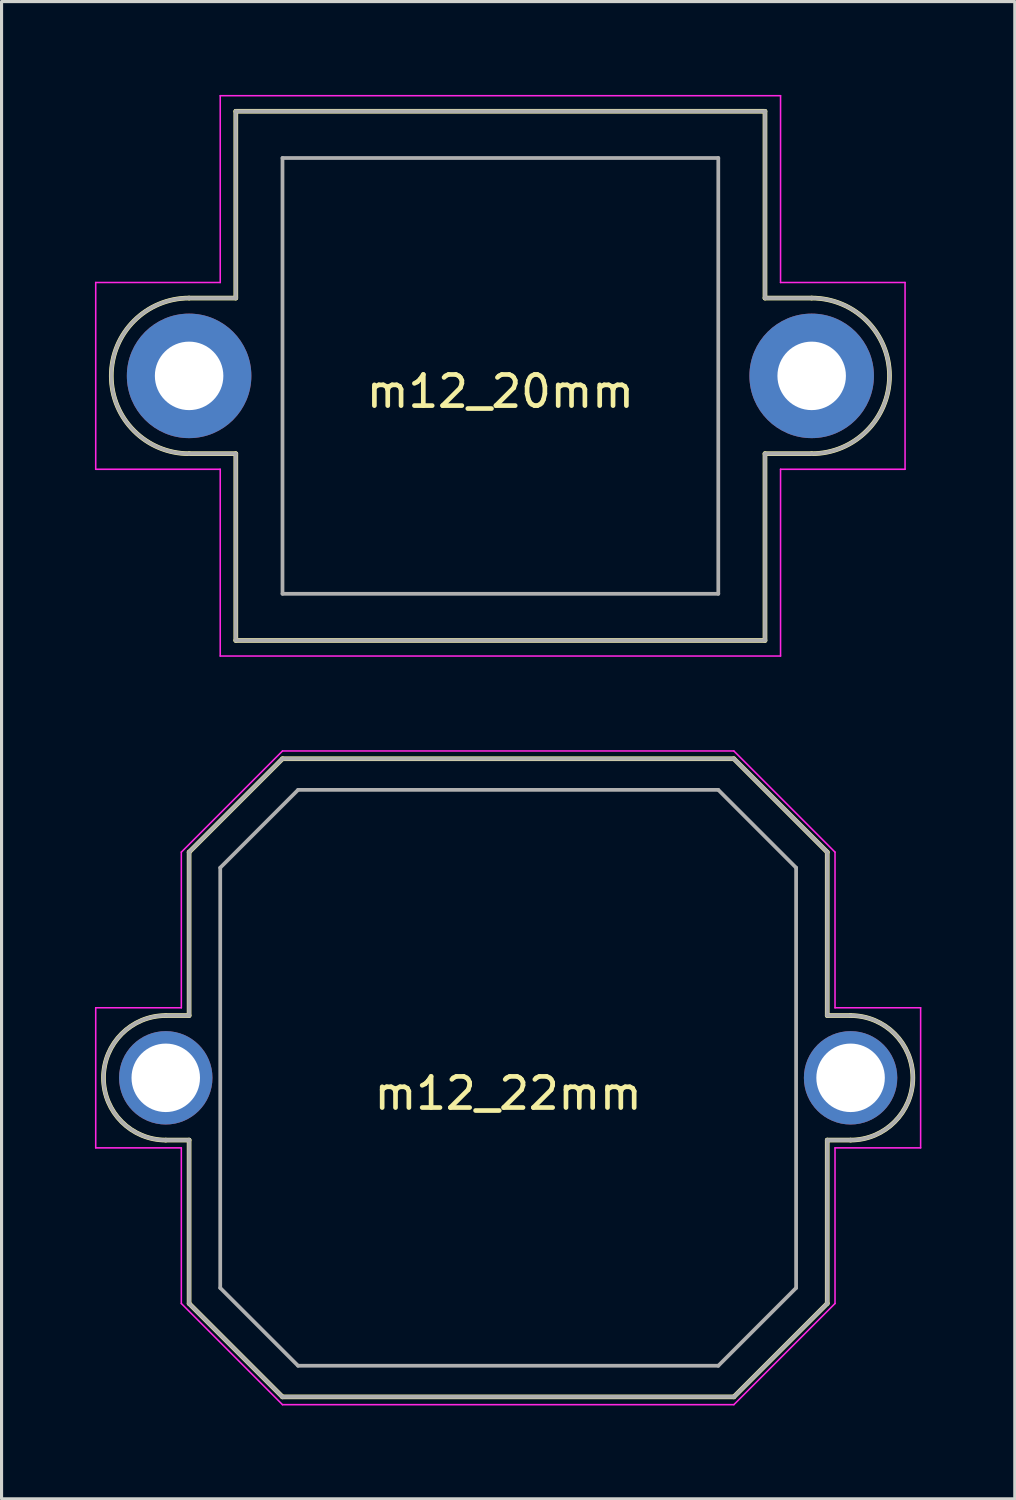
<source format=kicad_pcb>
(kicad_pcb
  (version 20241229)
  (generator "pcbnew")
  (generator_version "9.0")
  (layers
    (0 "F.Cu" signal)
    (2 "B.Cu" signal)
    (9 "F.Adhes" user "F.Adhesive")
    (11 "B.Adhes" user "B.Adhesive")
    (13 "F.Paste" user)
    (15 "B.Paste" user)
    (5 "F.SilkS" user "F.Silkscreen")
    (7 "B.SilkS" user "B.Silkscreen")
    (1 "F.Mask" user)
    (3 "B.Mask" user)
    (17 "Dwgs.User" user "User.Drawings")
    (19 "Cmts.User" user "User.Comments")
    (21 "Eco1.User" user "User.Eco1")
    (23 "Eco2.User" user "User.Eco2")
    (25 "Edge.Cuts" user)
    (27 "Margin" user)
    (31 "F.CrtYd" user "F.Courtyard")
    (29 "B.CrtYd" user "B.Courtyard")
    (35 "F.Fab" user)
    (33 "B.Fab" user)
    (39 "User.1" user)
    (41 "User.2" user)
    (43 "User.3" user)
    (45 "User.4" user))
  (footprint "m12_20mm"
    (layer "F.Cu")
    (at 13.025 9.025)
    (property "Reference" "m12_20mm" (at 0 0.5 0) (layer "F.SilkS") (effects (font (size 1 1) (thickness 0.15))))
    (attr through_hole)
    (fp_line (start -10 -2.5) (end -8.5 -2.5) (stroke (width 0.15) (type solid)) (layer "F.SilkS"))
    (fp_line (start -8.5 -8.5) (end -8.5 -2.5) (stroke (width 0.15) (type solid)) (layer "F.SilkS"))
    (fp_line (start -8.5 -8.5) (end 8.5 -8.5) (stroke (width 0.15) (type solid)) (layer "F.SilkS"))
    (fp_line (start -8.5 2.5) (end -10 2.5) (stroke (width 0.15) (type solid)) (layer "F.SilkS"))
    (fp_line (start -8.5 8.5) (end -8.5 2.5) (stroke (width 0.15) (type solid)) (layer "F.SilkS"))
    (fp_line (start 8.5 -8.5) (end 8.5 -2.5) (stroke (width 0.15) (type solid)) (layer "F.SilkS"))
    (fp_line (start 8.5 -2.5) (end 10 -2.5) (stroke (width 0.15) (type solid)) (layer "F.SilkS"))
    (fp_line (start 8.5 8.5) (end -8.5 8.5) (stroke (width 0.15) (type solid)) (layer "F.SilkS"))
    (fp_line (start 8.5 8.5) (end 8.5 2.5) (stroke (width 0.15) (type solid)) (layer "F.SilkS"))
    (fp_line (start 10 2.5) (end 8.5 2.5) (stroke (width 0.15) (type solid)) (layer "F.SilkS"))
    (fp_arc (start -10 2.5) (mid -12.5 0) (end -10 -2.5) (stroke (width 0.15) (type solid)) (layer "F.SilkS"))
    (fp_arc (start 10 -2.5) (mid 12.5 0) (end 10 2.5) (stroke (width 0.15) (type solid)) (layer "F.SilkS"))
    (fp_line (start -13 -3) (end -9 -3) (stroke (width 0.05) (type solid)) (layer "F.CrtYd"))
    (fp_line (start -13 3) (end -13 -3) (stroke (width 0.05) (type solid)) (layer "F.CrtYd"))
    (fp_line (start -9 -9) (end 9 -9) (stroke (width 0.05) (type solid)) (layer "F.CrtYd"))
    (fp_line (start -9 -3) (end -9 -9) (stroke (width 0.05) (type solid)) (layer "F.CrtYd"))
    (fp_line (start -9 3) (end -13 3) (stroke (width 0.05) (type solid)) (layer "F.CrtYd"))
    (fp_line (start -9 9) (end -9 3) (stroke (width 0.05) (type solid)) (layer "F.CrtYd"))
    (fp_line (start 9 -9) (end 9 -3) (stroke (width 0.05) (type solid)) (layer "F.CrtYd"))
    (fp_line (start 9 -3) (end 13 -3) (stroke (width 0.05) (type solid)) (layer "F.CrtYd"))
    (fp_line (start 9 3) (end 9 9) (stroke (width 0.05) (type solid)) (layer "F.CrtYd"))
    (fp_line (start 9 9) (end -9 9) (stroke (width 0.05) (type solid)) (layer "F.CrtYd"))
    (fp_line (start 13 -3) (end 13 3) (stroke (width 0.05) (type solid)) (layer "F.CrtYd"))
    (fp_line (start 13 3) (end 9 3) (stroke (width 0.05) (type solid)) (layer "F.CrtYd"))
    (fp_line (start -10 -2.5) (end -8.5 -2.5) (stroke (width 0.12) (type solid)) (layer "F.Fab"))
    (fp_line (start -8.5 -8.5) (end 8.5 -8.5) (stroke (width 0.12) (type solid)) (layer "F.Fab"))
    (fp_line (start -8.5 -2.5) (end -8.5 -8.5) (stroke (width 0.12) (type solid)) (layer "F.Fab"))
    (fp_line (start -8.5 2.5) (end -10 2.5) (stroke (width 0.12) (type solid)) (layer "F.Fab"))
    (fp_line (start -8.5 8.5) (end -8.5 2.5) (stroke (width 0.12) (type solid)) (layer "F.Fab"))
    (fp_line (start -7 -7) (end 7 -7) (stroke (width 0.12) (type solid)) (layer "F.Fab"))
    (fp_line (start -7 7) (end -7 -7) (stroke (width 0.12) (type solid)) (layer "F.Fab"))
    (fp_line (start 7 -7) (end 7 7) (stroke (width 0.12) (type solid)) (layer "F.Fab"))
    (fp_line (start 7 7) (end -7 7) (stroke (width 0.12) (type solid)) (layer "F.Fab"))
    (fp_line (start 8.5 -8.5) (end 8.5 -2.5) (stroke (width 0.12) (type solid)) (layer "F.Fab"))
    (fp_line (start 8.5 -2.5) (end 10 -2.5) (stroke (width 0.12) (type solid)) (layer "F.Fab"))
    (fp_line (start 8.5 2.5) (end 8.5 8.5) (stroke (width 0.12) (type solid)) (layer "F.Fab"))
    (fp_line (start 8.5 8.5) (end -8.5 8.5) (stroke (width 0.12) (type solid)) (layer "F.Fab"))
    (fp_line (start 10 2.5) (end 8.5 2.5) (stroke (width 0.12) (type solid)) (layer "F.Fab"))
    (fp_arc (start -10 2.5) (mid -12.5 0) (end -10 -2.5) (stroke (width 0.12) (type solid)) (layer "F.Fab"))
    (fp_arc (start 10 -2.5) (mid 12.5 0) (end 10 2.5) (stroke (width 0.12) (type solid)) (layer "F.Fab"))
    (pad "1" thru_hole circle (at -10 0) (size 4 4) (drill 2.2) (layers "*.Cu" "*.Mask"))
    (pad "2" thru_hole circle (at 10 0) (size 4 4) (drill 2.2) (layers "*.Cu" "*.Mask")))
  (footprint "m12_22mm"
    (layer "F.Cu")
    (at 13.275 31.575)
    (property "Reference" "m12_22mm" (at 0 0.5 0) (layer "F.SilkS") (effects (font (size 1 1) (thickness 0.15))))
    (attr through_hole)
    (fp_line (start -11 -2) (end -10.25 -2) (stroke (width 0.15) (type solid)) (layer "F.SilkS"))
    (fp_line (start -11 2) (end -10.25 2) (stroke (width 0.15) (type solid)) (layer "F.SilkS"))
    (fp_line (start -10.25 -7.25) (end -10.25 -2) (stroke (width 0.15) (type solid)) (layer "F.SilkS"))
    (fp_line (start -10.25 -7.25) (end -7.25 -10.25) (stroke (width 0.15) (type solid)) (layer "F.SilkS"))
    (fp_line (start -10.25 7.25) (end -10.25 2) (stroke (width 0.15) (type solid)) (layer "F.SilkS"))
    (fp_line (start -10.25 7.25) (end -7.25 10.25) (stroke (width 0.15) (type solid)) (layer "F.SilkS"))
    (fp_line (start -7.25 -10.25) (end 7.25 -10.25) (stroke (width 0.15) (type solid)) (layer "F.SilkS"))
    (fp_line (start 7.25 10.25) (end -7.25 10.25) (stroke (width 0.15) (type solid)) (layer "F.SilkS"))
    (fp_line (start 10.25 -7.25) (end 7.25 -10.25) (stroke (width 0.15) (type solid)) (layer "F.SilkS"))
    (fp_line (start 10.25 -7.25) (end 10.25 -2) (stroke (width 0.15) (type solid)) (layer "F.SilkS"))
    (fp_line (start 10.25 -2) (end 11 -2) (stroke (width 0.15) (type solid)) (layer "F.SilkS"))
    (fp_line (start 10.25 7.25) (end 7.25 10.25) (stroke (width 0.15) (type solid)) (layer "F.SilkS"))
    (fp_line (start 10.25 7.25) (end 10.25 2) (stroke (width 0.15) (type solid)) (layer "F.SilkS"))
    (fp_line (start 11 2) (end 10.25 2) (stroke (width 0.15) (type solid)) (layer "F.SilkS"))
    (fp_arc (start -11 2) (mid -13 0) (end -11 -2) (stroke (width 0.15) (type solid)) (layer "F.SilkS"))
    (fp_arc (start 11 -2) (mid 13 0) (end 11 2) (stroke (width 0.15) (type solid)) (layer "F.SilkS"))
    (fp_line (start -13.25 -2.25) (end -10.5 -2.25) (stroke (width 0.05) (type solid)) (layer "F.CrtYd"))
    (fp_line (start -13.25 2.25) (end -13.25 -2.25) (stroke (width 0.05) (type solid)) (layer "F.CrtYd"))
    (fp_line (start -10.5 -7.25) (end -7.25 -10.5) (stroke (width 0.05) (type solid)) (layer "F.CrtYd"))
    (fp_line (start -10.5 -2.25) (end -10.5 -7.25) (stroke (width 0.05) (type solid)) (layer "F.CrtYd"))
    (fp_line (start -10.5 2.25) (end -13.25 2.25) (stroke (width 0.05) (type solid)) (layer "F.CrtYd"))
    (fp_line (start -10.5 7.25) (end -10.5 2.25) (stroke (width 0.05) (type solid)) (layer "F.CrtYd"))
    (fp_line (start -7.25 -10.5) (end 7.25 -10.5) (stroke (width 0.05) (type solid)) (layer "F.CrtYd"))
    (fp_line (start -7.25 10.5) (end -10.5 7.25) (stroke (width 0.05) (type solid)) (layer "F.CrtYd"))
    (fp_line (start 7.25 -10.5) (end 10.5 -7.25) (stroke (width 0.05) (type solid)) (layer "F.CrtYd"))
    (fp_line (start 7.25 10.5) (end -7.25 10.5) (stroke (width 0.05) (type solid)) (layer "F.CrtYd"))
    (fp_line (start 10.5 -7.25) (end 10.5 -2.25) (stroke (width 0.05) (type solid)) (layer "F.CrtYd"))
    (fp_line (start 10.5 -2.25) (end 13.25 -2.25) (stroke (width 0.05) (type solid)) (layer "F.CrtYd"))
    (fp_line (start 10.5 2.25) (end 10.5 7.25) (stroke (width 0.05) (type solid)) (layer "F.CrtYd"))
    (fp_line (start 10.5 7.25) (end 7.25 10.5) (stroke (width 0.05) (type solid)) (layer "F.CrtYd"))
    (fp_line (start 13.25 -2.25) (end 13.25 2.25) (stroke (width 0.05) (type solid)) (layer "F.CrtYd"))
    (fp_line (start 13.25 2.25) (end 10.5 2.25) (stroke (width 0.05) (type solid)) (layer "F.CrtYd"))
    (fp_line (start -11 -2) (end -10.25 -2) (stroke (width 0.12) (type solid)) (layer "F.Fab"))
    (fp_line (start -11 2) (end -10.25 2) (stroke (width 0.12) (type solid)) (layer "F.Fab"))
    (fp_line (start -10.25 -7.25) (end -7.25 -10.25) (stroke (width 0.12) (type solid)) (layer "F.Fab"))
    (fp_line (start -10.25 -2) (end -10.25 -7.25) (stroke (width 0.12) (type solid)) (layer "F.Fab"))
    (fp_line (start -10.25 2) (end -10.25 7.25) (stroke (width 0.12) (type solid)) (layer "F.Fab"))
    (fp_line (start -9.25 -6.75) (end -6.75 -9.25) (stroke (width 0.12) (type solid)) (layer "F.Fab"))
    (fp_line (start -9.25 6.75) (end -9.25 -6.75) (stroke (width 0.12) (type solid)) (layer "F.Fab"))
    (fp_line (start -7.25 -10.25) (end 7.25 -10.25) (stroke (width 0.12) (type solid)) (layer "F.Fab"))
    (fp_line (start -7.25 10.25) (end -10.25 7.25) (stroke (width 0.12) (type solid)) (layer "F.Fab"))
    (fp_line (start -6.75 -9.25) (end 6.75 -9.25) (stroke (width 0.12) (type solid)) (layer "F.Fab"))
    (fp_line (start -6.75 9.25) (end -9.25 6.75) (stroke (width 0.12) (type solid)) (layer "F.Fab"))
    (fp_line (start 6.75 -9.25) (end 9.25 -6.75) (stroke (width 0.12) (type solid)) (layer "F.Fab"))
    (fp_line (start 6.75 9.25) (end -6.75 9.25) (stroke (width 0.12) (type solid)) (layer "F.Fab"))
    (fp_line (start 7.25 -10.25) (end 10.25 -7.25) (stroke (width 0.12) (type solid)) (layer "F.Fab"))
    (fp_line (start 7.25 10.25) (end -7.25 10.25) (stroke (width 0.12) (type solid)) (layer "F.Fab"))
    (fp_line (start 9.25 -6.75) (end 9.25 6.75) (stroke (width 0.12) (type solid)) (layer "F.Fab"))
    (fp_line (start 9.25 6.75) (end 6.75 9.25) (stroke (width 0.12) (type solid)) (layer "F.Fab"))
    (fp_line (start 10.25 -2) (end 10.25 -7.25) (stroke (width 0.12) (type solid)) (layer "F.Fab"))
    (fp_line (start 10.25 -2) (end 11 -2) (stroke (width 0.12) (type solid)) (layer "F.Fab"))
    (fp_line (start 10.25 2) (end 10.25 7.25) (stroke (width 0.12) (type solid)) (layer "F.Fab"))
    (fp_line (start 10.25 7.25) (end 7.25 10.25) (stroke (width 0.12) (type solid)) (layer "F.Fab"))
    (fp_line (start 11 2) (end 10.25 2) (stroke (width 0.12) (type solid)) (layer "F.Fab"))
    (fp_arc (start -11 2) (mid -13 0) (end -11 -2) (stroke (width 0.12) (type solid)) (layer "F.Fab"))
    (fp_arc (start 11 -2) (mid 13 0) (end 11 2) (stroke (width 0.12) (type solid)) (layer "F.Fab"))
    (pad "1" thru_hole circle (at -11 0) (size 3 3) (drill 2.2) (layers "*.Cu" "*.Mask"))
    (pad "2" thru_hole circle (at 11 0) (size 3 3) (drill 2.2) (layers "*.Cu" "*.Mask")))
  (gr_rect
    (start -3 -3)
    (end 29.55 45.1)
    (stroke (width 0.1) (type default))
    (fill no)
    (layer "Edge.Cuts")))
</source>
